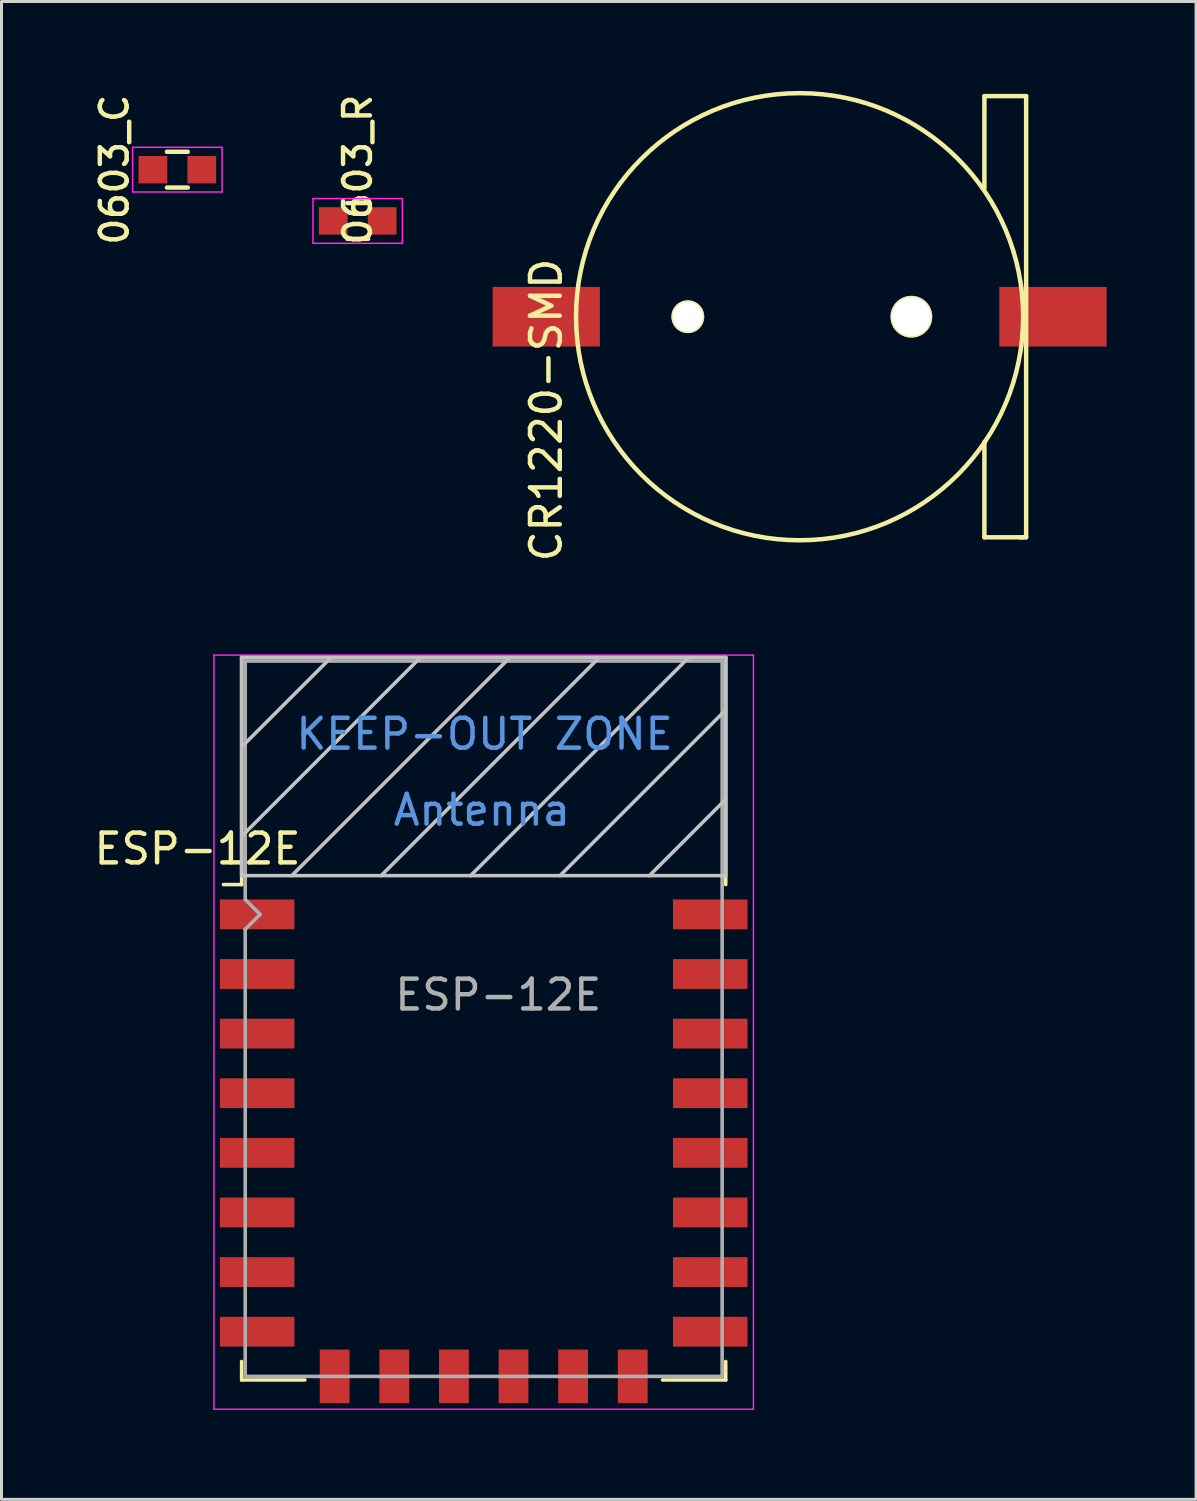
<source format=kicad_pcb>
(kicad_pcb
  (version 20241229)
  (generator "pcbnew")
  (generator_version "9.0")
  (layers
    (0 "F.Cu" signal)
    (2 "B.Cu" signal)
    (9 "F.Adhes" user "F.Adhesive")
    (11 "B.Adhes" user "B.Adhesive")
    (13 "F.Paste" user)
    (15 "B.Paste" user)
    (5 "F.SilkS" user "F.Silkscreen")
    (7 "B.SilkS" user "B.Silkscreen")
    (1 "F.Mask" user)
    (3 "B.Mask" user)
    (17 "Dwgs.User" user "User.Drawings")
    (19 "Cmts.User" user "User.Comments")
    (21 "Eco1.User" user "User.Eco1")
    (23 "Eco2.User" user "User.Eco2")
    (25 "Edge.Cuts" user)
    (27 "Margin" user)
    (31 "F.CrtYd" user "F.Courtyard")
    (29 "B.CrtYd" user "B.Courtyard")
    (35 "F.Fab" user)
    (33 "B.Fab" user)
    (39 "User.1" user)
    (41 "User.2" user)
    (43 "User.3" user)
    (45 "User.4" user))
  (footprint "0603_C"
    (layer "F.Cu")
    (at 2.9 2.642)
    (property "Reference" "0603_C" (at -2.11 0 90) (layer "F.SilkS") (effects (font (size 0.9 0.9) (thickness 0.15))))
    (attr smd)
    (fp_line (start -0.35 -0.6) (end 0.35 -0.6) (stroke (width 0.15) (type solid)) (layer "F.SilkS"))
    (fp_line (start 0.35 0.6) (end -0.35 0.6) (stroke (width 0.15) (type solid)) (layer "F.SilkS"))
    (fp_line (start -1.5 -0.75) (end -1.5 0.75) (stroke (width 0.05) (type solid)) (layer "F.CrtYd"))
    (fp_line (start -1.5 -0.75) (end 1.5 -0.75) (stroke (width 0.05) (type solid)) (layer "F.CrtYd"))
    (fp_line (start -1.5 0.75) (end 1.5 0.75) (stroke (width 0.05) (type solid)) (layer "F.CrtYd"))
    (fp_line (start 1.5 -0.75) (end 1.5 0.75) (stroke (width 0.05) (type solid)) (layer "F.CrtYd"))
    (pad "1" smd rect (at -0.82 0) (size 0.965 0.92) (layers "F.Cu" "F.Mask" "F.Paste"))
    (pad "2" smd rect (at 0.82 0) (size 0.965 0.92) (layers "F.Cu" "F.Mask" "F.Paste")))
  (footprint "ESP-12E"
    (layer "F.Cu")
    (at 13.177 31.126)
    (property "Reference" "ESP-12E" (at -9.6 -5.7 0) (layer "F.SilkS") (effects (font (size 1 1) (thickness 0.15))))
    (attr smd)
    (fp_line (start -8.12 -12.12) (end 8.12 -12.12) (stroke (width 0.12) (type solid)) (layer "F.SilkS"))
    (fp_line (start -8.12 -4.5) (end -8.73 -4.5) (stroke (width 0.12) (type solid)) (layer "F.SilkS"))
    (fp_line (start -8.12 -4.5) (end -8.12 -12.12) (stroke (width 0.12) (type solid)) (layer "F.SilkS"))
    (fp_line (start -8.12 12.12) (end -8.12 11.5) (stroke (width 0.12) (type solid)) (layer "F.SilkS"))
    (fp_line (start -6 12.12) (end -8.12 12.12) (stroke (width 0.12) (type solid)) (layer "F.SilkS"))
    (fp_line (start 8.12 -12.12) (end 8.12 -4.5) (stroke (width 0.12) (type solid)) (layer "F.SilkS"))
    (fp_line (start 8.12 11.5) (end 8.12 12.12) (stroke (width 0.12) (type solid)) (layer "F.SilkS"))
    (fp_line (start 8.12 12.12) (end 6 12.12) (stroke (width 0.12) (type solid)) (layer "F.SilkS"))
    (fp_line (start -8.12 -12.12) (end 8.12 -12.12) (stroke (width 0.12) (type solid)) (layer "Dwgs.User"))
    (fp_line (start -8.12 -9.12) (end -5.12 -12.12) (stroke (width 0.12) (type solid)) (layer "Dwgs.User"))
    (fp_line (start -8.12 -6.12) (end -2.12 -12.12) (stroke (width 0.12) (type solid)) (layer "Dwgs.User"))
    (fp_line (start -8.12 -4.8) (end -8.12 -12.12) (stroke (width 0.12) (type solid)) (layer "Dwgs.User"))
    (fp_line (start -6.44 -4.8) (end 0.88 -12.12) (stroke (width 0.12) (type solid)) (layer "Dwgs.User"))
    (fp_line (start -3.44 -4.8) (end 3.88 -12.12) (stroke (width 0.12) (type solid)) (layer "Dwgs.User"))
    (fp_line (start -0.44 -4.8) (end 6.88 -12.12) (stroke (width 0.12) (type solid)) (layer "Dwgs.User"))
    (fp_line (start 2.56 -4.8) (end 8.12 -10.36) (stroke (width 0.12) (type solid)) (layer "Dwgs.User"))
    (fp_line (start 5.56 -4.8) (end 8.12 -7.36) (stroke (width 0.12) (type solid)) (layer "Dwgs.User"))
    (fp_line (start 8.12 -12.12) (end 8.12 -4.8) (stroke (width 0.12) (type solid)) (layer "Dwgs.User"))
    (fp_line (start 8.12 -4.8) (end -8.12 -4.8) (stroke (width 0.12) (type solid)) (layer "Dwgs.User"))
    (fp_line (start -9.05 -12.2) (end 9.05 -12.2) (stroke (width 0.05) (type solid)) (layer "F.CrtYd"))
    (fp_line (start -9.05 13.1) (end -9.05 -12.2) (stroke (width 0.05) (type solid)) (layer "F.CrtYd"))
    (fp_line (start 9.05 -12.2) (end 9.05 13.1) (stroke (width 0.05) (type solid)) (layer "F.CrtYd"))
    (fp_line (start 9.05 13.1) (end -9.05 13.1) (stroke (width 0.05) (type solid)) (layer "F.CrtYd"))
    (fp_line (start -8 -12) (end 8 -12) (stroke (width 0.12) (type solid)) (layer "F.Fab"))
    (fp_line (start -8 -4) (end -8 -12) (stroke (width 0.12) (type solid)) (layer "F.Fab"))
    (fp_line (start -8 -3) (end -7.5 -3.5) (stroke (width 0.12) (type solid)) (layer "F.Fab"))
    (fp_line (start -8 12) (end -8 -3) (stroke (width 0.12) (type solid)) (layer "F.Fab"))
    (fp_line (start -7.5 -3.5) (end -8 -4) (stroke (width 0.12) (type solid)) (layer "F.Fab"))
    (fp_line (start 8 -12) (end 8 12) (stroke (width 0.12) (type solid)) (layer "F.Fab"))
    (fp_line (start 8 12) (end -8 12) (stroke (width 0.12) (type solid)) (layer "F.Fab"))
    (fp_text user "KEEP-OUT ZONE" (at 0.03 -9.55 180) (layer "Cmts.User") (effects (font (size 1 1) (thickness 0.15))))
    (fp_text user "Antenna" (at -0.06 -7 180) (layer "Cmts.User") (effects (font (size 1 1) (thickness 0.15))))
    (fp_text user "${REFERENCE}" (at 0.49 -0.8 0) (layer "F.Fab") (effects (font (size 1 1) (thickness 0.15))))
    (pad "1" smd rect (at -7.6 -3.5) (size 2.5 1) (layers "F.Cu" "F.Mask" "F.Paste"))
    (pad "2" smd rect (at -7.6 -1.5) (size 2.5 1) (layers "F.Cu" "F.Mask" "F.Paste"))
    (pad "3" smd rect (at -7.6 0.5) (size 2.5 1) (layers "F.Cu" "F.Mask" "F.Paste"))
    (pad "4" smd rect (at -7.6 2.5) (size 2.5 1) (layers "F.Cu" "F.Mask" "F.Paste"))
    (pad "5" smd rect (at -7.6 4.5) (size 2.5 1) (layers "F.Cu" "F.Mask" "F.Paste"))
    (pad "6" smd rect (at -7.6 6.5) (size 2.5 1) (layers "F.Cu" "F.Mask" "F.Paste"))
    (pad "7" smd rect (at -7.6 8.5) (size 2.5 1) (layers "F.Cu" "F.Mask" "F.Paste"))
    (pad "8" smd rect (at -7.6 10.5) (size 2.5 1) (layers "F.Cu" "F.Mask" "F.Paste"))
    (pad "9" smd rect (at -5 12) (size 1 1.8) (layers "F.Cu" "F.Mask" "F.Paste"))
    (pad "10" smd rect (at -3 12) (size 1 1.8) (layers "F.Cu" "F.Mask" "F.Paste"))
    (pad "11" smd rect (at -1 12) (size 1 1.8) (layers "F.Cu" "F.Mask" "F.Paste"))
    (pad "12" smd rect (at 1 12) (size 1 1.8) (layers "F.Cu" "F.Mask" "F.Paste"))
    (pad "13" smd rect (at 3 12) (size 1 1.8) (layers "F.Cu" "F.Mask" "F.Paste"))
    (pad "14" smd rect (at 5 12) (size 1 1.8) (layers "F.Cu" "F.Mask" "F.Paste"))
    (pad "15" smd rect (at 7.6 10.5) (size 2.5 1) (layers "F.Cu" "F.Mask" "F.Paste"))
    (pad "16" smd rect (at 7.6 8.5) (size 2.5 1) (layers "F.Cu" "F.Mask" "F.Paste"))
    (pad "17" smd rect (at 7.6 6.5) (size 2.5 1) (layers "F.Cu" "F.Mask" "F.Paste"))
    (pad "18" smd rect (at 7.6 4.5) (size 2.5 1) (layers "F.Cu" "F.Mask" "F.Paste"))
    (pad "19" smd rect (at 7.6 2.5) (size 2.5 1) (layers "F.Cu" "F.Mask" "F.Paste"))
    (pad "20" smd rect (at 7.6 0.5) (size 2.5 1) (layers "F.Cu" "F.Mask" "F.Paste"))
    (pad "21" smd rect (at 7.6 -1.5) (size 2.5 1) (layers "F.Cu" "F.Mask" "F.Paste"))
    (pad "22" smd rect (at 7.6 -3.5) (size 2.5 1) (layers "F.Cu" "F.Mask" "F.Paste")))
  (footprint "CR1220-SMD"
    (layer "F.Cu")
    (at 23.775 7.575)
    (property "Reference" "CR1220-SMD" (at -8.5 3.13 90) (layer "F.SilkS") (effects (font (size 1 1) (thickness 0.15))))
    (attr through_hole)
    (fp_line (start 6.2 -7.4) (end 6.2 -4.3) (stroke (width 0.15) (type solid)) (layer "F.SilkS"))
    (fp_line (start 6.2 7.4) (end 6.2 4.2) (stroke (width 0.15) (type solid)) (layer "F.SilkS"))
    (fp_line (start 7.5 7.4) (end 6.2 7.4) (stroke (width 0.15) (type solid)) (layer "F.SilkS"))
    (fp_line (start 7.6 -7.4) (end 6.2 -7.4) (stroke (width 0.15) (type solid)) (layer "F.SilkS"))
    (fp_line (start 7.6 -7.4) (end 7.6 7.4) (stroke (width 0.15) (type solid)) (layer "F.SilkS"))
    (fp_line (start 7.6 7.4) (end 7.4 7.4) (stroke (width 0.15) (type solid)) (layer "F.SilkS"))
    (fp_circle (center 0 0) (end 7.5 0) (stroke (width 0.15) (type solid)) (fill no) (layer "F.SilkS"))
    (pad "0" thru_hole circle (at -3.75 0) (size 1.1 1.1) (drill 1) (layers "*.Cu" "*.Mask" "F.SilkS"))
    (pad "0" thru_hole circle (at 3.75 0) (size 1.4 1.4) (drill 1.3) (layers "*.Cu" "*.Mask" "F.SilkS"))
    (pad "1" smd rect (at 8.5 0) (size 3.6 2) (layers "F.Cu" "F.Mask" "F.Paste"))
    (pad "2" smd rect (at -8.5 0) (size 3.6 2) (layers "F.Cu" "F.Mask" "F.Paste")))
  (footprint "0603_R"
    (layer "F.Cu")
    (at 8.95 4.362)
    (property "Reference" "0603_R" (at 0 -1.72 90) (layer "F.SilkS") (effects (font (size 0.9 0.9) (thickness 0.15))))
    (attr smd)
    (fp_line (start -0.35 -0.6) (end 0.35 -0.6) (stroke (width 0.15) (type solid)) (layer "F.SilkS"))
    (fp_line (start 0.35 0.6) (end -0.35 0.6) (stroke (width 0.15) (type solid)) (layer "F.SilkS"))
    (fp_line (start -1.5 -0.75) (end -1.5 0.75) (stroke (width 0.05) (type solid)) (layer "F.CrtYd"))
    (fp_line (start -1.5 -0.75) (end 1.5 -0.75) (stroke (width 0.05) (type solid)) (layer "F.CrtYd"))
    (fp_line (start -1.5 0.75) (end 1.5 0.75) (stroke (width 0.05) (type solid)) (layer "F.CrtYd"))
    (fp_line (start 1.5 -0.75) (end 1.5 0.75) (stroke (width 0.05) (type solid)) (layer "F.CrtYd"))
    (pad "1" smd rect (at -0.82 0) (size 0.965 0.92) (layers "F.Cu" "F.Mask" "F.Paste"))
    (pad "2" smd rect (at 0.82 0) (size 0.965 0.92) (layers "F.Cu" "F.Mask" "F.Paste")))
  (gr_rect
    (start -3 -3)
    (end 37.075 47.251)
    (stroke (width 0.1) (type default))
    (fill no)
    (layer "Edge.Cuts")))
</source>
